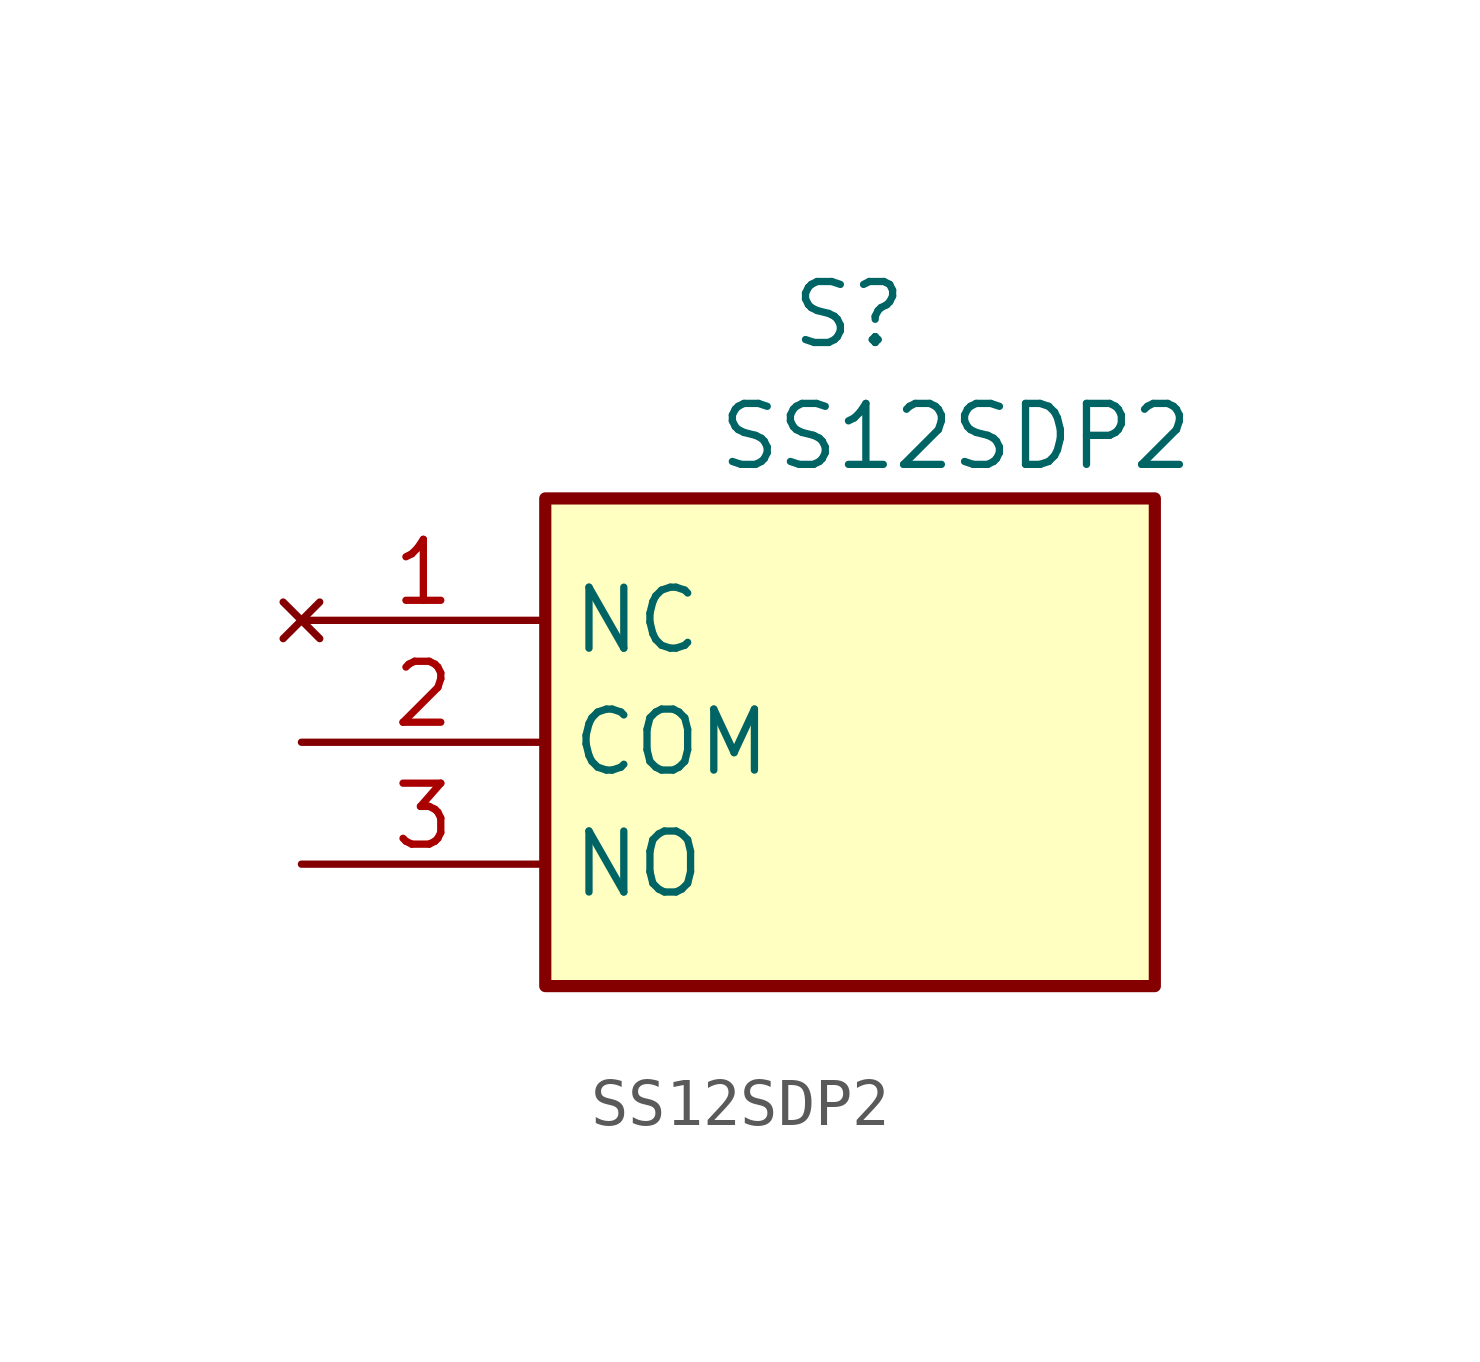
<source format=kicad_sym>
(kicad_symbol_lib
  (version 20231120)
  (generator "kicad_symbol_editor")
  (generator_version "8.0")
  (symbol "SS12SDP2"
    (property "Reference" "S"
      (at 10.16 7.112 0)
      (effects (font (size 1.27 1.27)) (justify left top)))
    (property "Value" "SS12SDP2"
      (at 8.636 4.572 0)
      (effects (font (size 1.27 1.27)) (justify left top)))
    (symbol "SS12SDP2_1_1"
      (rectangle (start 5.08 2.54) (end 17.78 -7.62) (stroke (width 0.254) (type default)) (fill (type background)))
      (pin no_connect line (at 0 0 0) (length 5.08) (name "NC" (effects (font (size 1.27 1.27)))) (number "1" (effects (font (size 1.27 1.27)))))
      (pin passive line (at 0 -2.54 0) (length 5.08) (name "COM" (effects (font (size 1.27 1.27)))) (number "2" (effects (font (size 1.27 1.27)))))
      (pin passive line (at 0 -5.08 0) (length 5.08) (name "NO" (effects (font (size 1.27 1.27)))) (number "3" (effects (font (size 1.27 1.27))))))))
</source>
